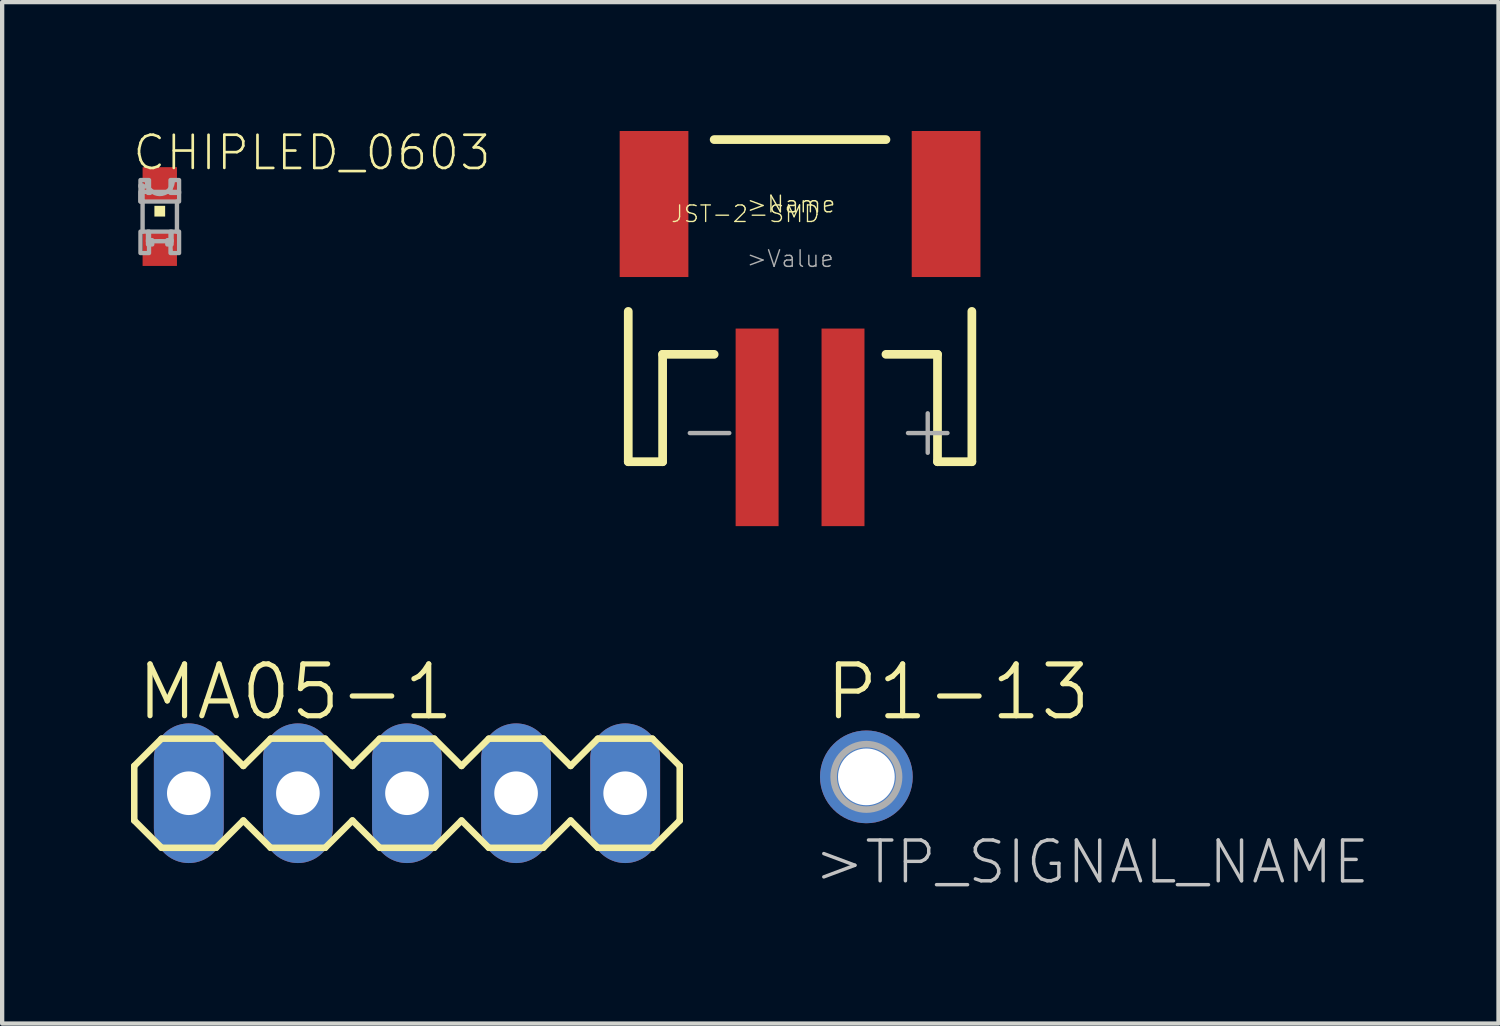
<source format=kicad_pcb>
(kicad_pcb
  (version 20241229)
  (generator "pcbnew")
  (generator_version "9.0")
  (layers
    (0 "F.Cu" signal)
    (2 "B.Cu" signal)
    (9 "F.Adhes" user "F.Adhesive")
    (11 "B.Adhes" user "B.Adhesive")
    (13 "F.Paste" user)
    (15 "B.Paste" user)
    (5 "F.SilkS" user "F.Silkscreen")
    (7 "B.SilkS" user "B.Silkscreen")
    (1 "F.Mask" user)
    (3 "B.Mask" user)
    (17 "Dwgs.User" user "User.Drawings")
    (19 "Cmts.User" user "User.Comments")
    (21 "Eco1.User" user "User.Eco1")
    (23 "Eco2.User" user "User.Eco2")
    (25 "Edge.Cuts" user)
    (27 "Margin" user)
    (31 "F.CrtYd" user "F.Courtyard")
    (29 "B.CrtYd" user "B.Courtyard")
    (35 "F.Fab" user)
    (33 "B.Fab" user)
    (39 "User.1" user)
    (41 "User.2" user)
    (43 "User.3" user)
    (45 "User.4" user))
  (footprint "MA05-1"
    (layer "F.Cu")
    (at 6.426 15.419)
    (property "Reference" "MA05-1" (at -6.35 -1.651 0) (layer "F.SilkS") (effects (font (size 1.206 1.206) (thickness 0.121)) (justify left bottom)))
    (attr through_hole)
    (fp_line (start -6.35 -0.635) (end -6.35 0.635) (stroke (width 0.152) (type solid)) (layer "F.SilkS"))
    (fp_line (start -6.35 0.635) (end -5.715 1.27) (stroke (width 0.152) (type solid)) (layer "F.SilkS"))
    (fp_line (start -5.715 -1.27) (end -6.35 -0.635) (stroke (width 0.152) (type solid)) (layer "F.SilkS"))
    (fp_line (start -5.715 -1.27) (end -4.445 -1.27) (stroke (width 0.152) (type solid)) (layer "F.SilkS"))
    (fp_line (start -4.445 -1.27) (end -3.81 -0.635) (stroke (width 0.152) (type solid)) (layer "F.SilkS"))
    (fp_line (start -4.445 1.27) (end -5.715 1.27) (stroke (width 0.152) (type solid)) (layer "F.SilkS"))
    (fp_line (start -3.81 -0.635) (end -3.175 -1.27) (stroke (width 0.152) (type solid)) (layer "F.SilkS"))
    (fp_line (start -3.81 0.635) (end -4.445 1.27) (stroke (width 0.152) (type solid)) (layer "F.SilkS"))
    (fp_line (start -3.175 -1.27) (end -1.905 -1.27) (stroke (width 0.152) (type solid)) (layer "F.SilkS"))
    (fp_line (start -3.175 1.27) (end -3.81 0.635) (stroke (width 0.152) (type solid)) (layer "F.SilkS"))
    (fp_line (start -1.905 -1.27) (end -1.27 -0.635) (stroke (width 0.152) (type solid)) (layer "F.SilkS"))
    (fp_line (start -1.905 1.27) (end -3.175 1.27) (stroke (width 0.152) (type solid)) (layer "F.SilkS"))
    (fp_line (start -1.27 -0.635) (end -0.635 -1.27) (stroke (width 0.152) (type solid)) (layer "F.SilkS"))
    (fp_line (start -1.27 0.635) (end -1.905 1.27) (stroke (width 0.152) (type solid)) (layer "F.SilkS"))
    (fp_line (start -0.635 -1.27) (end 0.635 -1.27) (stroke (width 0.152) (type solid)) (layer "F.SilkS"))
    (fp_line (start -0.635 1.27) (end -1.27 0.635) (stroke (width 0.152) (type solid)) (layer "F.SilkS"))
    (fp_line (start 0.635 -1.27) (end 1.27 -0.635) (stroke (width 0.152) (type solid)) (layer "F.SilkS"))
    (fp_line (start 0.635 1.27) (end -0.635 1.27) (stroke (width 0.152) (type solid)) (layer "F.SilkS"))
    (fp_line (start 1.27 0.635) (end 0.635 1.27) (stroke (width 0.152) (type solid)) (layer "F.SilkS"))
    (fp_line (start 1.27 0.635) (end 1.905 1.27) (stroke (width 0.152) (type solid)) (layer "F.SilkS"))
    (fp_line (start 1.905 -1.27) (end 1.27 -0.635) (stroke (width 0.152) (type solid)) (layer "F.SilkS"))
    (fp_line (start 1.905 -1.27) (end 3.175 -1.27) (stroke (width 0.152) (type solid)) (layer "F.SilkS"))
    (fp_line (start 3.175 -1.27) (end 3.81 -0.635) (stroke (width 0.152) (type solid)) (layer "F.SilkS"))
    (fp_line (start 3.175 1.27) (end 1.905 1.27) (stroke (width 0.152) (type solid)) (layer "F.SilkS"))
    (fp_line (start 3.81 -0.635) (end 4.445 -1.27) (stroke (width 0.152) (type solid)) (layer "F.SilkS"))
    (fp_line (start 3.81 0.635) (end 3.175 1.27) (stroke (width 0.152) (type solid)) (layer "F.SilkS"))
    (fp_line (start 4.445 -1.27) (end 5.715 -1.27) (stroke (width 0.152) (type solid)) (layer "F.SilkS"))
    (fp_line (start 4.445 1.27) (end 3.81 0.635) (stroke (width 0.152) (type solid)) (layer "F.SilkS"))
    (fp_line (start 5.715 -1.27) (end 6.35 -0.635) (stroke (width 0.152) (type solid)) (layer "F.SilkS"))
    (fp_line (start 5.715 1.27) (end 4.445 1.27) (stroke (width 0.152) (type solid)) (layer "F.SilkS"))
    (fp_line (start 6.35 -0.635) (end 6.35 0.635) (stroke (width 0.152) (type solid)) (layer "F.SilkS"))
    (fp_line (start 6.35 0.635) (end 5.715 1.27) (stroke (width 0.152) (type solid)) (layer "F.SilkS"))
    (fp_poly (pts (xy -5.334 0.254) (xy -4.826 0.254) (xy -4.826 -0.254) (xy -5.334 -0.254)) (stroke (width 0.1) (type solid)) (fill no) (layer "F.Fab"))
    (fp_poly (pts (xy -2.794 0.254) (xy -2.286 0.254) (xy -2.286 -0.254) (xy -2.794 -0.254)) (stroke (width 0.1) (type solid)) (fill no) (layer "F.Fab"))
    (fp_poly (pts (xy -0.254 0.254) (xy 0.254 0.254) (xy 0.254 -0.254) (xy -0.254 -0.254)) (stroke (width 0.1) (type solid)) (fill no) (layer "F.Fab"))
    (fp_poly (pts (xy 2.286 0.254) (xy 2.794 0.254) (xy 2.794 -0.254) (xy 2.286 -0.254)) (stroke (width 0.1) (type solid)) (fill no) (layer "F.Fab"))
    (fp_poly (pts (xy 4.826 0.254) (xy 5.334 0.254) (xy 5.334 -0.254) (xy 4.826 -0.254)) (stroke (width 0.1) (type solid)) (fill no) (layer "F.Fab"))
    (pad "1" thru_hole oval (at -5.08 0 90) (size 3.251 1.626) (drill 1.016) (layers "*.Cu" "*.Mask"))
    (pad "2" thru_hole oval (at -2.54 0 90) (size 3.251 1.626) (drill 1.016) (layers "*.Cu" "*.Mask"))
    (pad "3" thru_hole oval (at 0 0 90) (size 3.251 1.626) (drill 1.016) (layers "*.Cu" "*.Mask"))
    (pad "4" thru_hole oval (at 2.54 0 90) (size 3.251 1.626) (drill 1.016) (layers "*.Cu" "*.Mask"))
    (pad "5" thru_hole oval (at 5.08 0 90) (size 3.251 1.626) (drill 1.016) (layers "*.Cu" "*.Mask")))
  (footprint "CHIPLED_0603"
    (layer "F.Cu")
    (at 0.67 1.992)
    (property "Reference" "CHIPLED_0603" (at -0.67 -1.035 180) (layer "F.SilkS") (effects (font (size 0.772 0.772) (thickness 0.062)) (justify left bottom)))
    (attr through_hole)
    (fp_poly (pts (xy -0.125 0) (xy 0.125 0) (xy 0.125 -0.25) (xy -0.125 -0.25)) (stroke (width 0) (type solid)) (fill yes) (layer "F.SilkS"))
    (fp_line (start -0.4 -0.375) (end -0.4 0.35) (stroke (width 0.102) (type solid)) (layer "F.Fab"))
    (fp_line (start 0.4 -0.35) (end 0.4 0.35) (stroke (width 0.102) (type solid)) (layer "F.Fab"))
    (fp_arc (start -0.275 0.825) (mid 0 0.55) (end 0.275 0.825) (stroke (width 0.0508) (type solid)) (layer "F.Fab"))
    (fp_arc (start 0.3 -0.799998) (mid -0.000001 -0.524966) (end -0.3 -0.8) (stroke (width 0.1016) (type solid)) (layer "F.Fab"))
    (fp_circle (center -0.35 -0.625) (end -0.275 -0.625) (stroke (width 0.051) (type solid)) (fill no) (layer "F.Fab"))
    (fp_poly (pts (xy -0.45 -0.7) (xy -0.25 -0.7) (xy -0.25 -0.85) (xy -0.45 -0.85)) (stroke (width 0.1) (type solid)) (fill no) (layer "F.Fab"))
    (fp_poly (pts (xy -0.45 -0.35) (xy -0.4 -0.35) (xy -0.4 -0.725) (xy -0.45 -0.725)) (stroke (width 0.1) (type solid)) (fill no) (layer "F.Fab"))
    (fp_poly (pts (xy -0.45 -0.35) (xy 0.45 -0.35) (xy 0.45 -0.575) (xy -0.45 -0.575)) (stroke (width 0.1) (type solid)) (fill no) (layer "F.Fab"))
    (fp_poly (pts (xy -0.45 0.85) (xy -0.25 0.85) (xy -0.25 0.35) (xy -0.45 0.35)) (stroke (width 0.1) (type solid)) (fill no) (layer "F.Fab"))
    (fp_poly (pts (xy -0.275 -0.55) (xy -0.225 -0.55) (xy -0.225 -0.6) (xy -0.275 -0.6)) (stroke (width 0.1) (type solid)) (fill no) (layer "F.Fab"))
    (fp_poly (pts (xy -0.275 0.575) (xy 0.275 0.575) (xy 0.275 0.35) (xy -0.275 0.35)) (stroke (width 0.1) (type solid)) (fill no) (layer "F.Fab"))
    (fp_poly (pts (xy -0.275 0.65) (xy -0.175 0.65) (xy -0.175 0.55) (xy -0.275 0.55)) (stroke (width 0.1) (type solid)) (fill no) (layer "F.Fab"))
    (fp_poly (pts (xy 0.175 0.65) (xy 0.275 0.65) (xy 0.275 0.55) (xy 0.175 0.55)) (stroke (width 0.1) (type solid)) (fill no) (layer "F.Fab"))
    (fp_poly (pts (xy 0.25 -0.55) (xy 0.45 -0.55) (xy 0.45 -0.85) (xy 0.25 -0.85)) (stroke (width 0.1) (type solid)) (fill no) (layer "F.Fab"))
    (fp_poly (pts (xy 0.25 0.85) (xy 0.45 0.85) (xy 0.45 0.35) (xy 0.25 0.35)) (stroke (width 0.1) (type solid)) (fill no) (layer "F.Fab"))
    (pad "A" smd rect (at 0 0.75) (size 0.8 0.8) (layers "F.Cu" "F.Mask" "F.Paste"))
    (pad "C" smd rect (at 0 -0.75) (size 0.8 0.8) (layers "F.Cu" "F.Mask" "F.Paste")))
  (footprint "P1-13"
    (layer "F.Cu")
    (at 17.122 15.038)
    (property "Reference" "P1-13" (at -1.016 -1.27 0) (layer "F.SilkS") (effects (font (size 1.206 1.206) (thickness 0.121)) (justify left bottom)))
    (attr through_hole)
    (fp_circle (center 0 0) (end 0.762 0) (stroke (width 0.152) (type solid)) (fill no) (layer "F.Fab"))
    (fp_poly (pts (xy -0.33 0.33) (xy 0.33 0.33) (xy 0.33 -0.33) (xy -0.33 -0.33)) (stroke (width 0.1) (type solid)) (fill no) (layer "F.Fab"))
    (fp_text user ">TP_SIGNAL_NAME" (at -1.27 2.54 0) (layer "Dwgs.User") (effects (font (size 0.95 0.95) (thickness 0.08)) (justify left bottom)))
    (pad "TP" thru_hole circle (at 0 0) (size 2.159 2.159) (drill 1.321) (layers "*.Cu" "*.Mask")))
  (footprint "JST-2-SMD"
    (layer "F.Cu")
    (at 15.578 3.2)
    (property "Reference" "JST-2-SMD" (at -1.27 -1.27 180) (layer "F.SilkS") (effects (font (size 0.386 0.386) (thickness 0.031))))
    (attr through_hole)
    (fp_line (start -4 1) (end -4 4.5) (stroke (width 0.203) (type solid)) (layer "F.SilkS"))
    (fp_line (start -4 4.5) (end -3.2 4.5) (stroke (width 0.203) (type solid)) (layer "F.SilkS"))
    (fp_line (start -3.2 2) (end -2 2) (stroke (width 0.203) (type solid)) (layer "F.SilkS"))
    (fp_line (start -3.2 4.5) (end -3.2 2) (stroke (width 0.203) (type solid)) (layer "F.SilkS"))
    (fp_line (start 2 -3) (end -2 -3) (stroke (width 0.203) (type solid)) (layer "F.SilkS"))
    (fp_line (start 2 2) (end 3.2 2) (stroke (width 0.203) (type solid)) (layer "F.SilkS"))
    (fp_line (start 3.2 2) (end 3.2 4.5) (stroke (width 0.203) (type solid)) (layer "F.SilkS"))
    (fp_line (start 3.2 4.5) (end 4 4.5) (stroke (width 0.203) (type solid)) (layer "F.SilkS"))
    (fp_line (start 4 4.5) (end 4 1) (stroke (width 0.203) (type solid)) (layer "F.SilkS"))
    (fp_text user ">Name" (at -1.27 -1.27 0) (layer "F.SilkS") (effects (font (size 0.386 0.386) (thickness 0.033)) (justify left bottom)))
    (fp_text user "-" (at -2.921 4.445 0) (layer "F.Fab") (effects (font (size 1.206 1.206) (thickness 0.102)) (justify left bottom)))
    (fp_text user "+" (at 2.159 4.445 0) (layer "F.Fab") (effects (font (size 1.206 1.206) (thickness 0.102)) (justify left bottom)))
    (fp_text user ">Value" (at -1.27 0 0) (layer "F.Fab") (effects (font (size 0.386 0.386) (thickness 0.033)) (justify left bottom)))
    (pad "1" smd rect (at -1 3.7) (size 1 4.6) (layers "F.Cu" "F.Mask" "F.Paste"))
    (pad "2" smd rect (at 1 3.7) (size 1 4.6) (layers "F.Cu" "F.Mask" "F.Paste"))
    (pad "NC1" smd rect (at -3.4 -1.5 90) (size 3.4 1.6) (layers "F.Cu" "F.Mask" "F.Paste"))
    (pad "NC2" smd rect (at 3.4 -1.5 90) (size 3.4 1.6) (layers "F.Cu" "F.Mask" "F.Paste")))
  (gr_rect
    (start -3 -3)
    (end 31.84 20.781)
    (stroke (width 0.1) (type default))
    (fill no)
    (layer "Edge.Cuts")))
</source>
